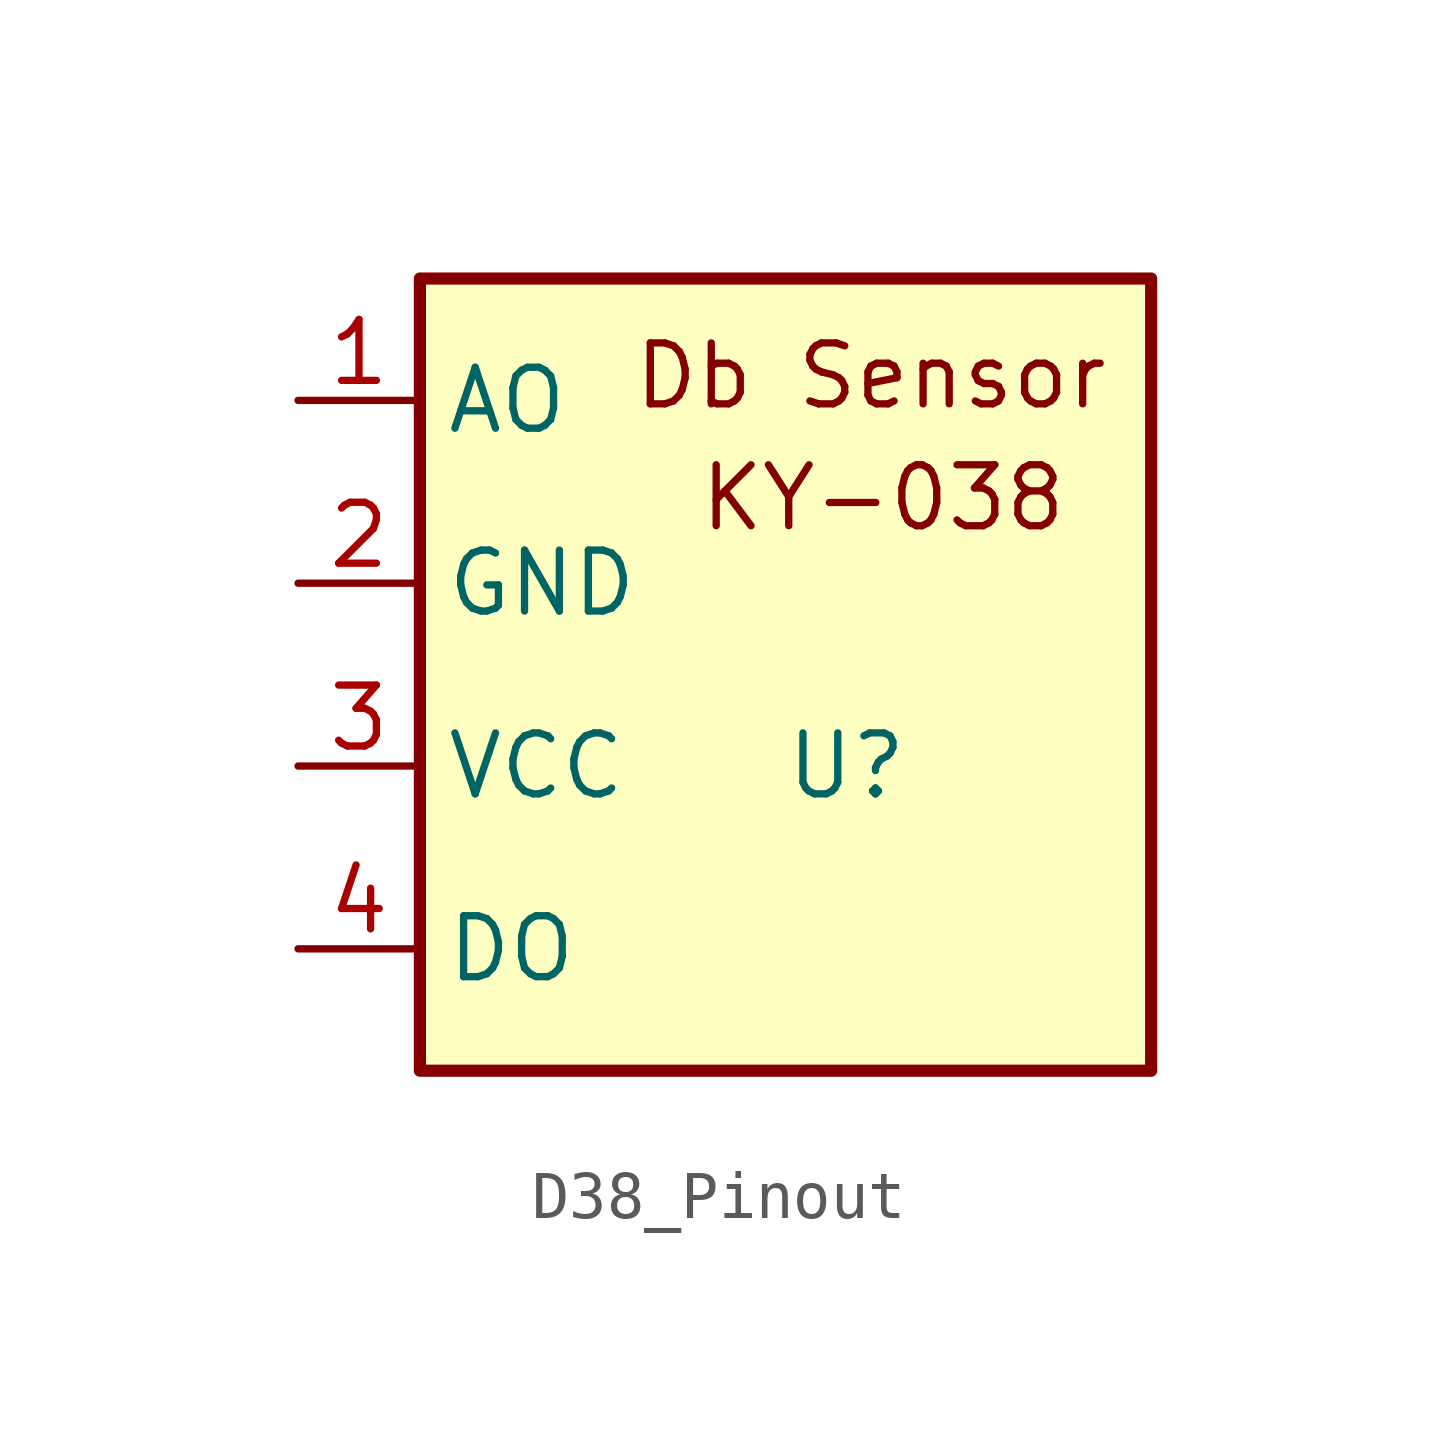
<source format=kicad_sym>
(kicad_symbol_lib
  (version 20241209)
  (generator "kicad_symbol_editor")
  (generator_version "9.0")
  (symbol "D38_Pinout"
    (property "Reference" "U"
      (at 0 0 0)
      (effects (font (size 1.27 1.27))))
    (property "Value" ""
      (at 0 0 0)
      (effects (font (size 1.27 1.27))))
    (symbol "D38_Pinout_0_1"
      (rectangle (start -8.89 10.16) (end 6.35 -6.35) (stroke (width 0.254) (type default)) (fill (type background))))
    (symbol "D38_Pinout_1_1"
      (text "Db Sensor\n" (at 0.508 8.128 0) (effects (font (size 1.27 1.27))))
      (text "KY-038\n" (at 0.762 5.588 0) (effects (font (size 1.27 1.27))))
      (pin output line (at -11.43 7.62 0) (length 2.54) (name "AO" (effects (font (size 1.27 1.27)))) (number "1" (effects (font (size 1.27 1.27)))))
      (pin bidirectional line (at -11.43 3.81 0) (length 2.54) (name "GND" (effects (font (size 1.27 1.27)))) (number "2" (effects (font (size 1.27 1.27)))))
      (pin input line (at -11.43 0 0) (length 2.54) (name "VCC" (effects (font (size 1.27 1.27)))) (number "3" (effects (font (size 1.27 1.27)))))
      (pin output line (at -11.43 -3.81 0) (length 2.54) (name "DO" (effects (font (size 1.27 1.27)))) (number "4" (effects (font (size 1.27 1.27))))))))
</source>
